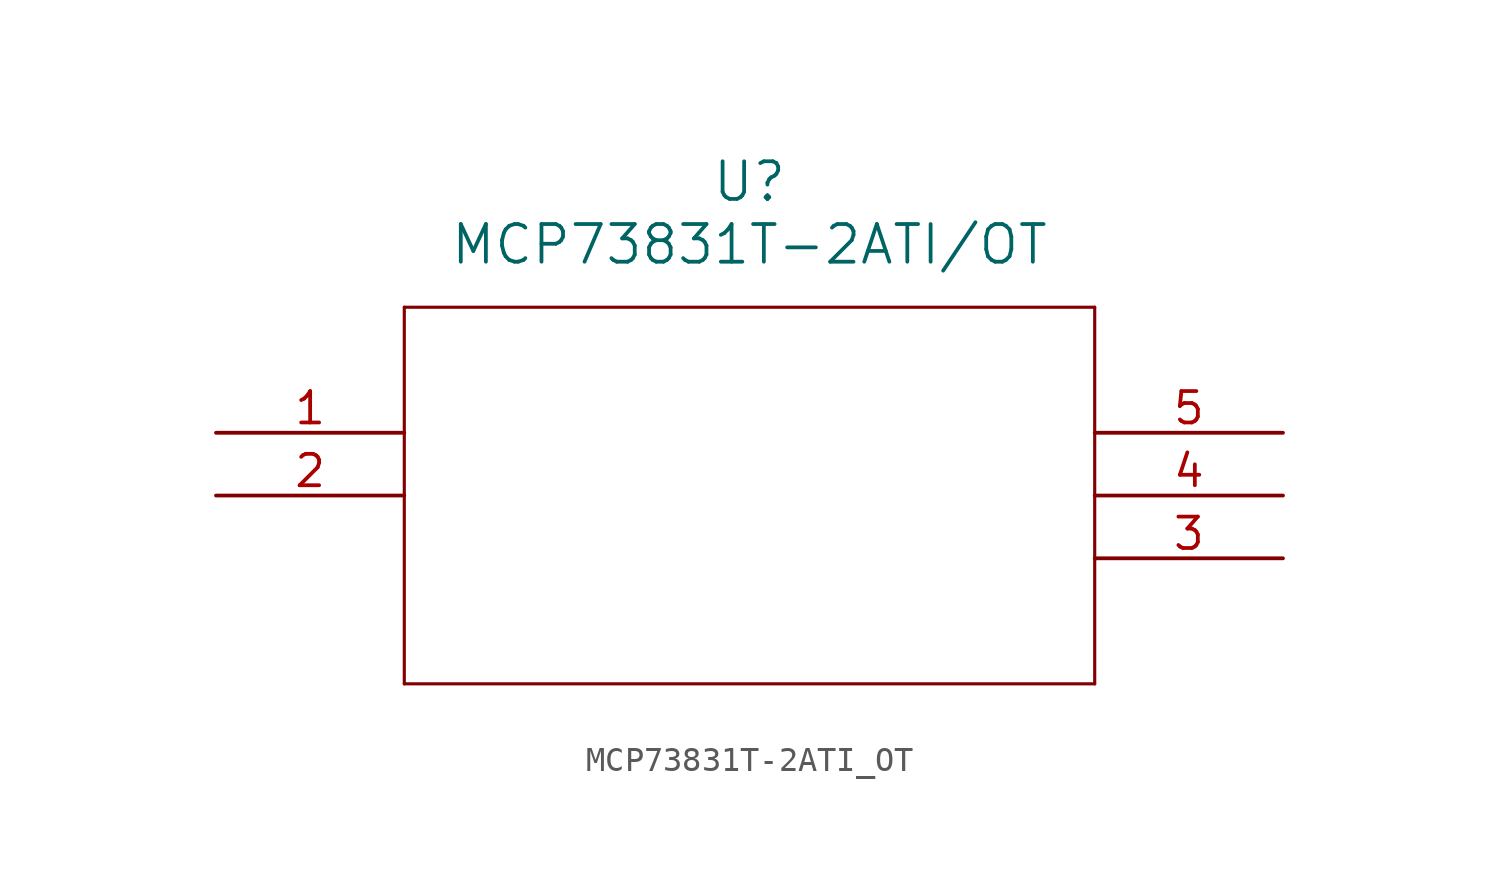
<source format=kicad_sym>
(kicad_symbol_lib
  (version 20211014)
  (generator kicad_symbol_editor)
  (symbol "MCP73831T-2ATI_OT"
    (pin_names
      (offset 0.254))
    (property "Reference" "U"
      (at 21.59 10.16 0)
      (effects (font (size 1.524 1.524))))
    (property "Value" "MCP73831T-2ATI/OT"
      (at 21.59 7.62 0)
      (effects (font (size 1.524 1.524))))
    (symbol "MCP73831T-2ATI_OT_0_1"
      (polyline (pts (xy 7.62 5.08) (xy 7.62 -10.16)) (stroke (width 0.127) (type default) (color 0 0 0 0)) (fill (type none)))
      (polyline (pts (xy 7.62 -10.16) (xy 35.56 -10.16)) (stroke (width 0.127) (type default) (color 0 0 0 0)) (fill (type none)))
      (polyline (pts (xy 35.56 -10.16) (xy 35.56 5.08)) (stroke (width 0.127) (type default) (color 0 0 0 0)) (fill (type none)))
      (polyline (pts (xy 35.56 5.08) (xy 7.62 5.08)) (stroke (width 0.127) (type default) (color 0 0 0 0)) (fill (type none)))
      (pin unspecified line (at 0 0 0) (length 7.62) (name "" (effects (font (size 1.27 1.27)))) (number "1" (effects (font (size 1.27 1.27)))))
      (pin unspecified line (at 0 -2.54 0) (length 7.62) (name "" (effects (font (size 1.27 1.27)))) (number "2" (effects (font (size 1.27 1.27)))))
      (pin unspecified line (at 43.18 -5.08 180) (length 7.62) (name "" (effects (font (size 1.27 1.27)))) (number "3" (effects (font (size 1.27 1.27)))))
      (pin unspecified line (at 43.18 -2.54 180) (length 7.62) (name "" (effects (font (size 1.27 1.27)))) (number "4" (effects (font (size 1.27 1.27)))))
      (pin unspecified line (at 43.18 0 180) (length 7.62) (name "" (effects (font (size 1.27 1.27)))) (number "5" (effects (font (size 1.27 1.27))))))))
</source>
